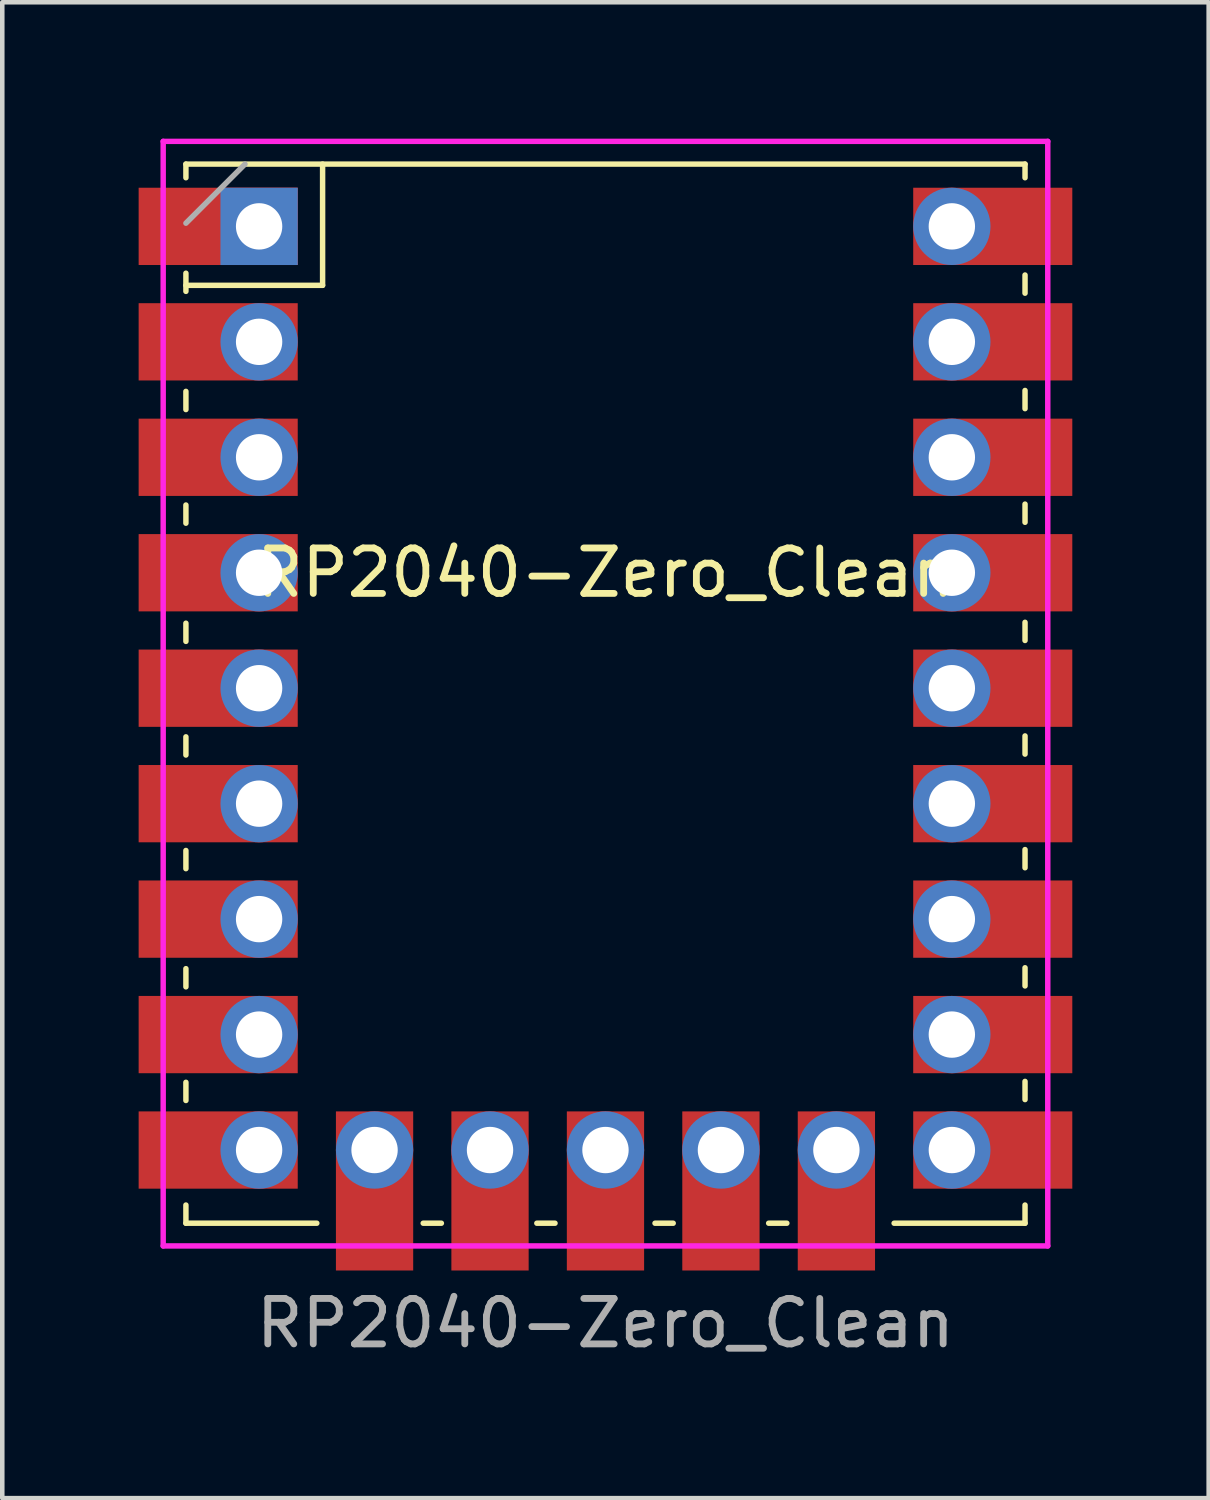
<source format=kicad_pcb>
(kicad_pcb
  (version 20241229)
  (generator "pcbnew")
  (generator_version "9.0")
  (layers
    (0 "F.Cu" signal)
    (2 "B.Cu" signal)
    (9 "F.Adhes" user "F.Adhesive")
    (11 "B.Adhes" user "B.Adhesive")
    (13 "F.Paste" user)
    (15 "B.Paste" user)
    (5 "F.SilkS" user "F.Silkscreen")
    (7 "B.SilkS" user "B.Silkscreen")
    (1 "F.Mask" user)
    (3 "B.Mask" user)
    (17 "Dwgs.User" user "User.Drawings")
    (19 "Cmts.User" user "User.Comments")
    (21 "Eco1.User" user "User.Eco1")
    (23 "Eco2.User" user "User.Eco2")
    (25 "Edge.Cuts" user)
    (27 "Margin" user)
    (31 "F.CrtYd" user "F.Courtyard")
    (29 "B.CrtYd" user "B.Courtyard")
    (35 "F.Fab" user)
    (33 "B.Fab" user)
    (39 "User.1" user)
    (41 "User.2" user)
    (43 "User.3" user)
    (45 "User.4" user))
  (footprint "RP2040-Zero_Clean"
    (layer "F.Cu")
    (at 10.27 26.06)
    (property "Reference" "RP2040-Zero_Clean" (at 0 -16.51 0) (layer "F.SilkS") (effects (font (size 1 1) (thickness 0.15))))
    (attr through_hole)
    (fp_line (start -9.23 -25.5) (end -9.23 -25.2) (stroke (width 0.12) (type solid)) (layer "F.SilkS"))
    (fp_line (start -9.23 -25.5) (end 9.23 -25.5) (stroke (width 0.12) (type solid)) (layer "F.SilkS"))
    (fp_line (start -9.23 -23.1) (end -9.23 -22.7) (stroke (width 0.12) (type solid)) (layer "F.SilkS"))
    (fp_line (start -9.23 -22.833) (end -6.223 -22.833) (stroke (width 0.12) (type solid)) (layer "F.SilkS"))
    (fp_line (start -9.23 -20.5) (end -9.23 -20.1) (stroke (width 0.12) (type solid)) (layer "F.SilkS"))
    (fp_line (start -9.23 -18) (end -9.23 -17.6) (stroke (width 0.12) (type solid)) (layer "F.SilkS"))
    (fp_line (start -9.23 -15.4) (end -9.23 -15) (stroke (width 0.12) (type solid)) (layer "F.SilkS"))
    (fp_line (start -9.23 -12.9) (end -9.23 -12.5) (stroke (width 0.12) (type solid)) (layer "F.SilkS"))
    (fp_line (start -9.23 -10.4) (end -9.23 -10) (stroke (width 0.12) (type solid)) (layer "F.SilkS"))
    (fp_line (start -9.23 -7.8) (end -9.23 -7.4) (stroke (width 0.12) (type solid)) (layer "F.SilkS"))
    (fp_line (start -9.23 -5.3) (end -9.23 -4.9) (stroke (width 0.12) (type solid)) (layer "F.SilkS"))
    (fp_line (start -9.23 -2.6) (end -9.23 -2.2) (stroke (width 0.12) (type solid)) (layer "F.SilkS"))
    (fp_line (start -6.35 -2.2) (end -9.23 -2.2) (stroke (width 0.12) (type solid)) (layer "F.SilkS"))
    (fp_line (start -6.223 -22.833) (end -6.223 -25.5) (stroke (width 0.12) (type solid)) (layer "F.SilkS"))
    (fp_line (start -4.01 -2.2) (end -3.61 -2.2) (stroke (width 0.12) (type solid)) (layer "F.SilkS"))
    (fp_line (start -1.51 -2.2) (end -1.11 -2.2) (stroke (width 0.12) (type solid)) (layer "F.SilkS"))
    (fp_line (start 1.09 -2.2) (end 1.49 -2.2) (stroke (width 0.12) (type solid)) (layer "F.SilkS"))
    (fp_line (start 3.59 -2.2) (end 3.99 -2.2) (stroke (width 0.12) (type solid)) (layer "F.SilkS"))
    (fp_line (start 9.23 -25.5) (end 9.23 -25.2) (stroke (width 0.12) (type solid)) (layer "F.SilkS"))
    (fp_line (start 9.23 -23.06) (end 9.23 -22.66) (stroke (width 0.12) (type solid)) (layer "F.SilkS"))
    (fp_line (start 9.23 -20.52) (end 9.23 -20.12) (stroke (width 0.12) (type solid)) (layer "F.SilkS"))
    (fp_line (start 9.23 -18.02) (end 9.23 -17.62) (stroke (width 0.12) (type solid)) (layer "F.SilkS"))
    (fp_line (start 9.23 -15.42) (end 9.23 -15.02) (stroke (width 0.12) (type solid)) (layer "F.SilkS"))
    (fp_line (start 9.23 -12.92) (end 9.23 -12.52) (stroke (width 0.12) (type solid)) (layer "F.SilkS"))
    (fp_line (start 9.23 -10.42) (end 9.23 -10.02) (stroke (width 0.12) (type solid)) (layer "F.SilkS"))
    (fp_line (start 9.23 -7.82) (end 9.23 -7.42) (stroke (width 0.12) (type solid)) (layer "F.SilkS"))
    (fp_line (start 9.23 -5.32) (end 9.23 -4.92) (stroke (width 0.12) (type solid)) (layer "F.SilkS"))
    (fp_line (start 9.23 -2.6) (end 9.23 -2.2) (stroke (width 0.12) (type solid)) (layer "F.SilkS"))
    (fp_line (start 9.23 -2.2) (end 6.35 -2.2) (stroke (width 0.12) (type solid)) (layer "F.SilkS"))
    (fp_line (start -9.73 -26) (end 9.73 -26) (stroke (width 0.12) (type solid)) (layer "F.CrtYd"))
    (fp_line (start -9.73 -1.7) (end -9.73 -26) (stroke (width 0.12) (type solid)) (layer "F.CrtYd"))
    (fp_line (start 9.73 -26) (end 9.73 -1.7) (stroke (width 0.12) (type solid)) (layer "F.CrtYd"))
    (fp_line (start 9.73 -1.7) (end -9.73 -1.7) (stroke (width 0.12) (type solid)) (layer "F.CrtYd"))
    (fp_line (start -9.23 -24.2) (end -7.93 -25.5) (stroke (width 0.12) (type solid)) (layer "F.Fab"))
    (fp_text user "${REFERENCE}" (at 0 0 180) (layer "F.Fab") (effects (font (size 1 1) (thickness 0.15))))
    (pad "1" thru_hole rect (at -7.62 -24.13) (size 1.7 1.7) (drill 1.02) (layers "*.Cu" "*.Mask"))
    (pad "1" smd rect (at -7.62 -24.13) (size 3.5 1.7) (drill (offset -0.9 0)) (layers "F.Cu" "F.Mask"))
    (pad "2" thru_hole oval (at -7.62 -21.59) (size 1.7 1.7) (drill 1.02) (layers "*.Cu" "*.Mask"))
    (pad "2" smd rect (at -7.62 -21.59) (size 3.5 1.7) (drill (offset -0.9 0)) (layers "F.Cu" "F.Mask"))
    (pad "3" thru_hole oval (at -7.62 -19.05) (size 1.7 1.7) (drill 1.02) (layers "*.Cu" "*.Mask"))
    (pad "3" smd rect (at -7.62 -19.05) (size 3.5 1.7) (drill (offset -0.9 0)) (layers "F.Cu" "F.Mask"))
    (pad "4" thru_hole oval (at -7.62 -16.51) (size 1.7 1.7) (drill 1.02) (layers "*.Cu" "*.Mask"))
    (pad "4" smd rect (at -7.62 -16.51) (size 3.5 1.7) (drill (offset -0.9 0)) (layers "F.Cu" "F.Mask"))
    (pad "5" thru_hole oval (at -7.62 -13.97) (size 1.7 1.7) (drill 1.02) (layers "*.Cu" "*.Mask"))
    (pad "5" smd rect (at -7.62 -13.97) (size 3.5 1.7) (drill (offset -0.9 0)) (layers "F.Cu" "F.Mask"))
    (pad "6" thru_hole oval (at -7.62 -11.43) (size 1.7 1.7) (drill 1.02) (layers "*.Cu" "*.Mask"))
    (pad "6" smd rect (at -7.62 -11.43) (size 3.5 1.7) (drill (offset -0.9 0)) (layers "F.Cu" "F.Mask"))
    (pad "7" thru_hole oval (at -7.62 -8.89) (size 1.7 1.7) (drill 1.02) (layers "*.Cu" "*.Mask"))
    (pad "7" smd rect (at -7.62 -8.89) (size 3.5 1.7) (drill (offset -0.9 0)) (layers "F.Cu" "F.Mask"))
    (pad "8" thru_hole oval (at -7.62 -6.35) (size 1.7 1.7) (drill 1.02) (layers "*.Cu" "*.Mask"))
    (pad "8" smd rect (at -7.62 -6.35) (size 3.5 1.7) (drill (offset -0.9 0)) (layers "F.Cu" "F.Mask"))
    (pad "9" thru_hole oval (at -7.62 -3.81) (size 1.7 1.7) (drill 1.02) (layers "*.Cu" "*.Mask"))
    (pad "9" smd rect (at -7.62 -3.81) (size 3.5 1.7) (drill (offset -0.9 0)) (layers "F.Cu" "F.Mask"))
    (pad "10" thru_hole oval (at -5.08 -3.81 90) (size 1.7 1.7) (drill 1.02) (layers "*.Cu" "*.Mask"))
    (pad "10" smd rect (at -5.08 -3.81 90) (size 3.5 1.7) (drill (offset -0.9 0)) (layers "F.Cu" "F.Mask"))
    (pad "11" thru_hole oval (at -2.54 -3.81 90) (size 1.7 1.7) (drill 1.02) (layers "*.Cu" "*.Mask"))
    (pad "11" smd rect (at -2.54 -3.81 90) (size 3.5 1.7) (drill (offset -0.9 0)) (layers "F.Cu" "F.Mask"))
    (pad "12" thru_hole oval (at 0 -3.81 90) (size 1.7 1.7) (drill 1.02) (layers "*.Cu" "*.Mask"))
    (pad "12" smd rect (at 0 -3.81 90) (size 3.5 1.7) (drill (offset -0.9 0)) (layers "F.Cu" "F.Mask"))
    (pad "13" thru_hole oval (at 2.54 -3.81) (size 1.7 1.7) (drill 1.02) (layers "*.Cu" "*.Mask"))
    (pad "13" smd rect (at 2.54 -3.81 90) (size 3.5 1.7) (drill (offset -0.9 0)) (layers "F.Cu" "F.Mask"))
    (pad "14" thru_hole oval (at 5.08 -3.81 90) (size 1.7 1.7) (drill 1.02) (layers "*.Cu" "*.Mask"))
    (pad "14" smd rect (at 5.08 -3.81 90) (size 3.5 1.7) (drill (offset -0.9 0)) (layers "F.Cu" "F.Mask"))
    (pad "15" thru_hole oval (at 7.62 -3.81) (size 1.7 1.7) (drill 1.02) (layers "*.Cu" "*.Mask"))
    (pad "15" smd rect (at 7.62 -3.81) (size 3.5 1.7) (drill (offset 0.9 0)) (layers "F.Cu" "F.Mask"))
    (pad "16" thru_hole oval (at 7.62 -6.35) (size 1.7 1.7) (drill 1.02) (layers "*.Cu" "*.Mask"))
    (pad "16" smd rect (at 7.62 -6.35) (size 3.5 1.7) (drill (offset 0.9 0)) (layers "F.Cu" "F.Mask"))
    (pad "17" thru_hole oval (at 7.62 -8.89) (size 1.7 1.7) (drill 1.02) (layers "*.Cu" "*.Mask"))
    (pad "17" smd rect (at 7.62 -8.89) (size 3.5 1.7) (drill (offset 0.9 0)) (layers "F.Cu" "F.Mask"))
    (pad "18" thru_hole oval (at 7.62 -11.43) (size 1.7 1.7) (drill 1.02) (layers "*.Cu" "*.Mask"))
    (pad "18" smd rect (at 7.62 -11.43) (size 3.5 1.7) (drill (offset 0.9 0)) (layers "F.Cu" "F.Mask"))
    (pad "19" thru_hole oval (at 7.62 -13.97) (size 1.7 1.7) (drill 1.02) (layers "*.Cu" "*.Mask"))
    (pad "19" smd rect (at 7.62 -13.97) (size 3.5 1.7) (drill (offset 0.9 0)) (layers "F.Cu" "F.Mask"))
    (pad "20" thru_hole oval (at 7.62 -16.51) (size 1.7 1.7) (drill 1.02) (layers "*.Cu" "*.Mask"))
    (pad "20" smd rect (at 7.62 -16.51) (size 3.5 1.7) (drill (offset 0.9 0)) (layers "F.Cu" "F.Mask"))
    (pad "21" thru_hole oval (at 7.62 -19.05) (size 1.7 1.7) (drill 1.02) (layers "*.Cu" "*.Mask"))
    (pad "21" smd rect (at 7.62 -19.05) (size 3.5 1.7) (drill (offset 0.9 0)) (layers "F.Cu" "F.Mask"))
    (pad "22" thru_hole oval (at 7.62 -21.59) (size 1.7 1.7) (drill 1.02) (layers "*.Cu" "*.Mask"))
    (pad "22" smd rect (at 7.62 -21.59) (size 3.5 1.7) (drill (offset 0.9 0)) (layers "F.Cu" "F.Mask"))
    (pad "23" thru_hole oval (at 7.62 -24.13) (size 1.7 1.7) (drill 1.02) (layers "*.Cu" "*.Mask"))
    (pad "23" smd rect (at 7.62 -24.13) (size 3.5 1.7) (drill (offset 0.9 0)) (layers "F.Cu" "F.Mask")))
  (gr_rect
    (start -3 -3)
    (end 23.54 29.908)
    (stroke (width 0.1) (type default))
    (fill no)
    (layer "Edge.Cuts")))
</source>
